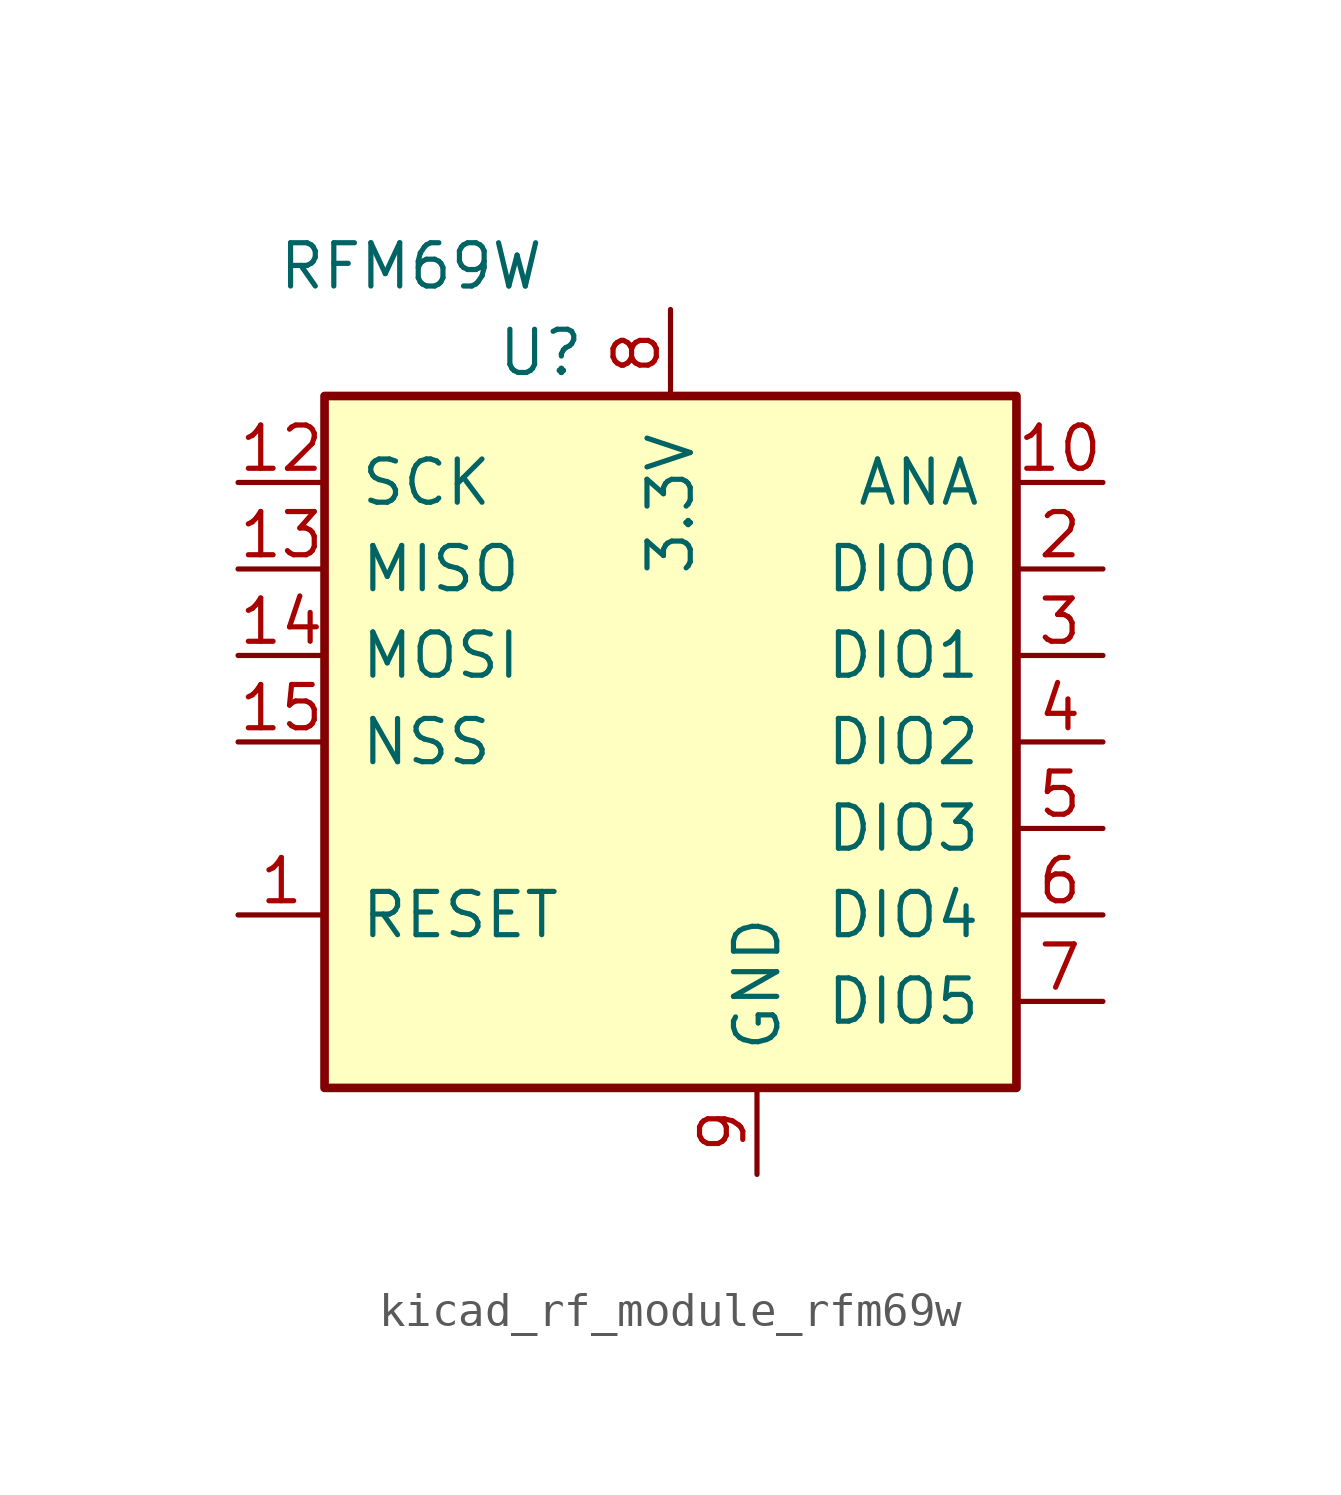
<source format=kicad_sym>
(kicad_symbol_lib
  (version 20220914)
  (generator kicad_symbol_editor)
  (symbol "kicad_rf_module_rfm69w"
    (pin_names
      (offset 1.016))
    (property "Reference" "U"
      (at -3.81 11.43 0)
      (effects (font (size 1.27 1.27))))
    (property "Value" "RFM69W"
      (at -7.62 13.97 0)
      (effects (font (size 1.27 1.27))))
    (symbol "kicad_rf_module_rfm69w_0_1"
      (rectangle (start -10.16 10.16) (end 10.16 -10.16) (stroke (width 0.254) (type default)) (fill (type background))))
    (symbol "kicad_rf_module_rfm69w_1_1"
      (pin input line (at -12.7 -5.08 0) (length 2.54) (name "RESET" (effects (font (size 1.27 1.27)))) (number "1" (effects (font (size 1.27 1.27)))))
      (pin output line (at 12.7 7.62 180) (length 2.54) (name "ANA" (effects (font (size 1.27 1.27)))) (number "10" (effects (font (size 1.27 1.27)))))
      (pin passive line (at 2.54 -12.7 90) (length 2.54) hide (name "GND" (effects (font (size 1.27 1.27)))) (number "11" (effects (font (size 1.27 1.27)))))
      (pin input line (at -12.7 7.62 0) (length 2.54) (name "SCK" (effects (font (size 1.27 1.27)))) (number "12" (effects (font (size 1.27 1.27)))))
      (pin output line (at -12.7 5.08 0) (length 2.54) (name "MISO" (effects (font (size 1.27 1.27)))) (number "13" (effects (font (size 1.27 1.27)))))
      (pin input line (at -12.7 2.54 0) (length 2.54) (name "MOSI" (effects (font (size 1.27 1.27)))) (number "14" (effects (font (size 1.27 1.27)))))
      (pin input line (at -12.7 0 0) (length 2.54) (name "NSS" (effects (font (size 1.27 1.27)))) (number "15" (effects (font (size 1.27 1.27)))))
      (pin no_connect line (at -2.54 -10.16 90) (length 2.54) hide (name "NC" (effects (font (size 1.27 1.27)))) (number "16" (effects (font (size 1.27 1.27)))))
      (pin bidirectional line (at 12.7 5.08 180) (length 2.54) (name "DIO0" (effects (font (size 1.27 1.27)))) (number "2" (effects (font (size 1.27 1.27)))))
      (pin bidirectional line (at 12.7 2.54 180) (length 2.54) (name "DIO1" (effects (font (size 1.27 1.27)))) (number "3" (effects (font (size 1.27 1.27)))))
      (pin bidirectional line (at 12.7 0 180) (length 2.54) (name "DIO2" (effects (font (size 1.27 1.27)))) (number "4" (effects (font (size 1.27 1.27)))))
      (pin bidirectional line (at 12.7 -2.54 180) (length 2.54) (name "DIO3" (effects (font (size 1.27 1.27)))) (number "5" (effects (font (size 1.27 1.27)))))
      (pin bidirectional line (at 12.7 -5.08 180) (length 2.54) (name "DIO4" (effects (font (size 1.27 1.27)))) (number "6" (effects (font (size 1.27 1.27)))))
      (pin bidirectional line (at 12.7 -7.62 180) (length 2.54) (name "DIO5" (effects (font (size 1.27 1.27)))) (number "7" (effects (font (size 1.27 1.27)))))
      (pin power_in line (at 0 12.7 270) (length 2.54) (name "3.3V" (effects (font (size 1.27 1.27)))) (number "8" (effects (font (size 1.27 1.27)))))
      (pin power_in line (at 2.54 -12.7 90) (length 2.54) (name "GND" (effects (font (size 1.27 1.27)))) (number "9" (effects (font (size 1.27 1.27))))))))
</source>
